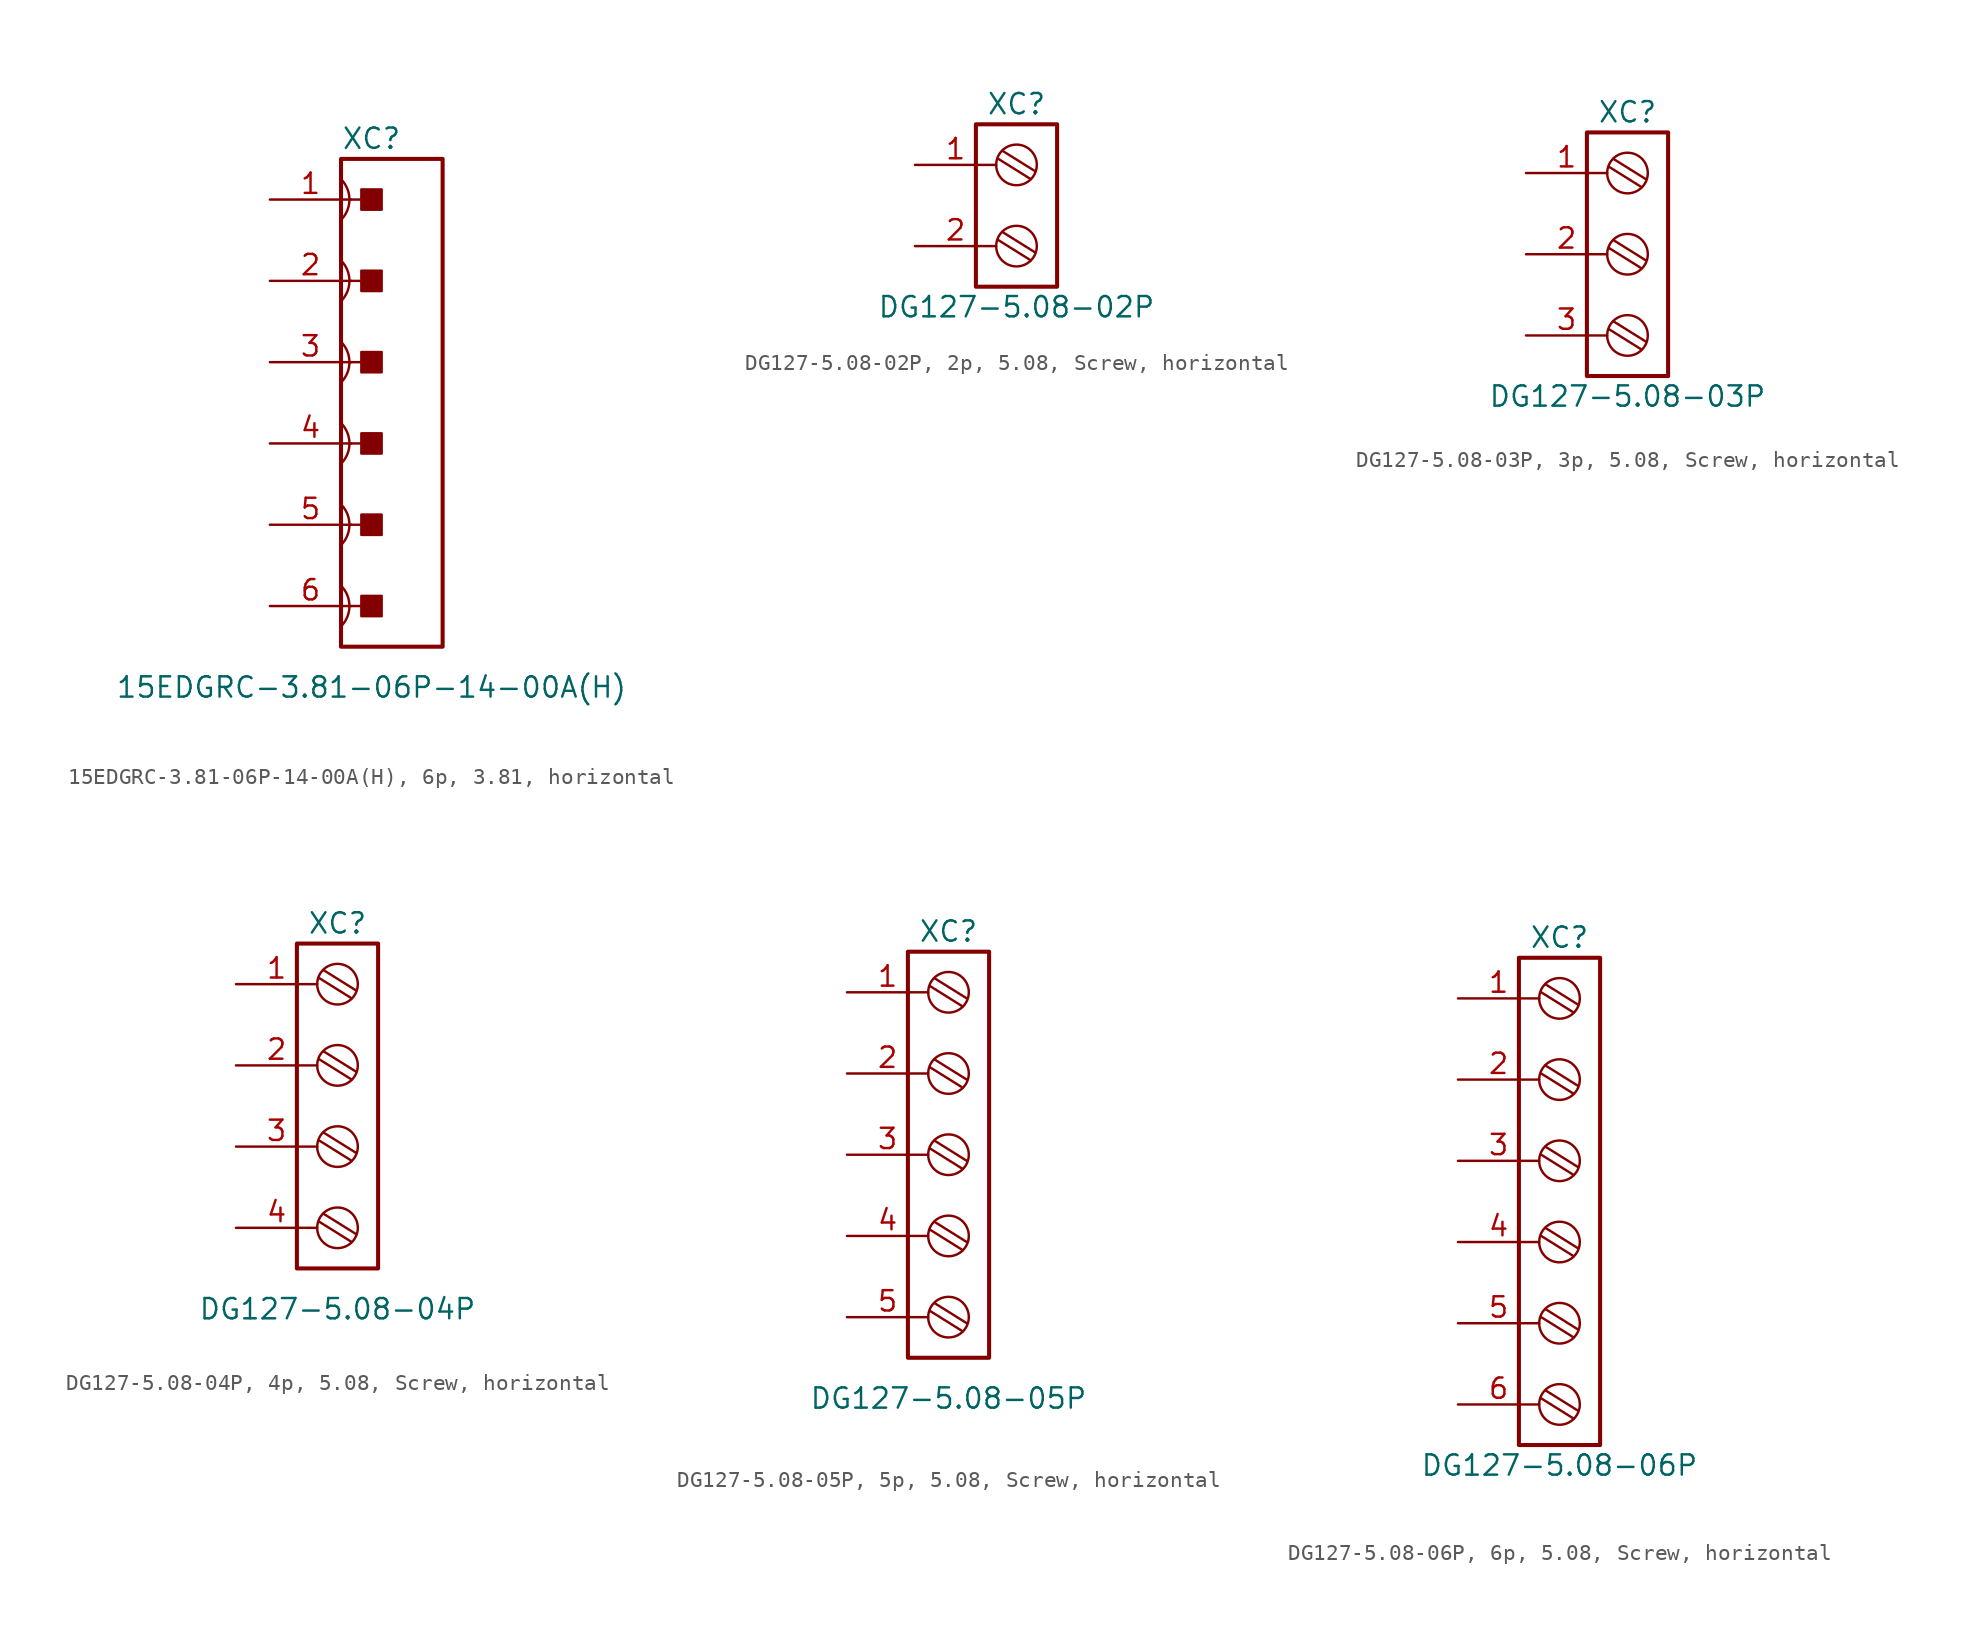
<source format=kicad_sym>
(kicad_symbol_lib
  (version 20241209)
  (generator "kicad_symbol_editor")
  (generator_version "9.0")
  (symbol "15EDGRC-3.81-06P-14-00A(H), 6p, 3.81, horizontal"
    (pin_names
      (offset 1.016)
      (hide yes))
    (property "Reference" "XC"
      (at 0 16.51 0)
      (effects (font (size 1.27 1.27))))
    (property "Value" "15EDGRC-3.81-06P-14-00A(H)"
      (at 0 -17.78 0)
      (effects (font (size 1.27 1.27))))
    (symbol "15EDGRC-3.81-06P-14-00A(H), 6p, 3.81, horizontal_1_0"
      (polyline (pts (xy -1.27 12.7) (xy 0 12.7)) (stroke (width 0) (type default)) (fill (type none)))
      (polyline (pts (xy -1.27 7.62) (xy 0 7.62)) (stroke (width 0) (type default)) (fill (type none)))
      (polyline (pts (xy -1.27 2.54) (xy 0 2.54)) (stroke (width 0) (type default)) (fill (type none)))
      (polyline (pts (xy -1.27 -2.54) (xy 0 -2.54)) (stroke (width 0) (type default)) (fill (type none)))
      (polyline (pts (xy -1.27 -7.62) (xy 0 -7.62)) (stroke (width 0) (type default)) (fill (type none)))
      (polyline (pts (xy -1.27 -12.7) (xy 0 -12.7)) (stroke (width 0) (type default)) (fill (type none))))
    (symbol "15EDGRC-3.81-06P-14-00A(H), 6p, 3.81, horizontal_1_1"
      (arc (start -1.905 13.97) (mid -1.3788 12.7) (end -1.9049 11.4299) (stroke (width 0) (type default)) (fill (type none)))
      (arc (start -1.905 8.89) (mid -1.3788 7.62) (end -1.9049 6.3499) (stroke (width 0) (type default)) (fill (type none)))
      (arc (start -1.905 3.81) (mid -1.3788 2.54) (end -1.9049 1.2699) (stroke (width 0) (type default)) (fill (type none)))
      (arc (start -1.905 -1.27) (mid -1.3788 -2.54) (end -1.9049 -3.8101) (stroke (width 0) (type default)) (fill (type none)))
      (arc (start -1.905 -6.35) (mid -1.3788 -7.62) (end -1.9049 -8.8901) (stroke (width 0) (type default)) (fill (type none)))
      (arc (start -1.905 -11.43) (mid -1.3788 -12.7) (end -1.9049 -13.9701) (stroke (width 0) (type default)) (fill (type none)))
      (rectangle (start -1.905 15.24) (end 4.445 -15.24) (stroke (width 0.254) (type default)) (fill (type none)))
      (rectangle (start -0.635 12.065) (end 0.635 13.335) (stroke (width 0) (type default)) (fill (type outline)))
      (rectangle (start -0.635 6.985) (end 0.635 8.255) (stroke (width 0) (type default)) (fill (type outline)))
      (rectangle (start -0.635 1.905) (end 0.635 3.175) (stroke (width 0) (type default)) (fill (type outline)))
      (rectangle (start -0.635 -3.175) (end 0.635 -1.905) (stroke (width 0) (type default)) (fill (type outline)))
      (rectangle (start -0.635 -8.255) (end 0.635 -6.985) (stroke (width 0) (type default)) (fill (type outline)))
      (rectangle (start -0.635 -13.335) (end 0.635 -12.065) (stroke (width 0) (type default)) (fill (type outline)))
      (pin passive line (at -6.35 12.7 0) (length 5.08) (name "1" (effects (font (size 1.27 1.27)))) (number "1" (effects (font (size 1.27 1.27)))))
      (pin passive line (at -6.35 7.62 0) (length 5.08) (name "2" (effects (font (size 1.27 1.27)))) (number "2" (effects (font (size 1.27 1.27)))))
      (pin passive line (at -6.35 2.54 0) (length 5.08) (name "3" (effects (font (size 1.27 1.27)))) (number "3" (effects (font (size 1.27 1.27)))))
      (pin passive line (at -6.35 -2.54 0) (length 5.08) (name "4" (effects (font (size 1.27 1.27)))) (number "4" (effects (font (size 1.27 1.27)))))
      (pin passive line (at -6.35 -7.62 0) (length 5.08) (name "5" (effects (font (size 1.27 1.27)))) (number "5" (effects (font (size 1.27 1.27)))))
      (pin passive line (at -6.35 -12.7 0) (length 5.08) (name "6" (effects (font (size 1.27 1.27)))) (number "6" (effects (font (size 1.27 1.27)))))))
  (symbol "DG127-5.08-02P, 2p, 5.08, Screw, horizontal"
    (pin_names
      (offset 1.016)
      (hide yes))
    (property "Reference" "XC"
      (at 0 6.35 0)
      (effects (font (size 1.27 1.27))))
    (property "Value" "DG127-5.08-02P"
      (at 0 -6.35 0)
      (effects (font (size 1.27 1.27))))
    (symbol "DG127-5.08-02P, 2p, 5.08, Screw, horizontal_0_1"
      (polyline (pts (xy -1.143 2.921) (xy 0.889 1.651)) (stroke (width 0) (type default)) (fill (type none)))
      (polyline (pts (xy -1.143 -2.159) (xy 0.889 -3.429)) (stroke (width 0) (type default)) (fill (type none)))
      (polyline (pts (xy -0.889 3.429) (xy 1.143 2.159)) (stroke (width 0) (type default)) (fill (type none)))
      (polyline (pts (xy -0.889 -1.651) (xy 1.143 -2.921)) (stroke (width 0) (type default)) (fill (type none)))
      (circle (center 0 2.54) (radius 1.27) (stroke (width 0) (type default)) (fill (type none)))
      (circle (center 0 -2.54) (radius 1.27) (stroke (width 0) (type default)) (fill (type none))))
    (symbol "DG127-5.08-02P, 2p, 5.08, Screw, horizontal_1_1"
      (rectangle (start -2.54 5.08) (end 2.54 -5.08) (stroke (width 0.254) (type default)) (fill (type none)))
      (pin passive line (at -6.35 2.54 0) (length 5.08) (name "1" (effects (font (size 1.27 1.27)))) (number "1" (effects (font (size 1.27 1.27)))))
      (pin passive line (at -6.35 -2.54 0) (length 5.08) (name "2" (effects (font (size 1.27 1.27)))) (number "2" (effects (font (size 1.27 1.27)))))))
  (symbol "DG127-5.08-03P, 3p, 5.08, Screw, horizontal"
    (pin_names
      (offset 1.016)
      (hide yes))
    (property "Reference" "XC"
      (at 0 6.35 0)
      (effects (font (size 1.27 1.27))))
    (property "Value" "DG127-5.08-03P"
      (at 0 -11.43 0)
      (effects (font (size 1.27 1.27))))
    (symbol "DG127-5.08-03P, 3p, 5.08, Screw, horizontal_0_1"
      (polyline (pts (xy -1.143 2.921) (xy 0.889 1.651)) (stroke (width 0) (type default)) (fill (type none)))
      (polyline (pts (xy -1.143 -2.159) (xy 0.889 -3.429)) (stroke (width 0) (type default)) (fill (type none)))
      (polyline (pts (xy -1.143 -7.239) (xy 0.889 -8.509)) (stroke (width 0) (type default)) (fill (type none)))
      (polyline (pts (xy -0.889 3.429) (xy 1.143 2.159)) (stroke (width 0) (type default)) (fill (type none)))
      (polyline (pts (xy -0.889 -1.651) (xy 1.143 -2.921)) (stroke (width 0) (type default)) (fill (type none)))
      (polyline (pts (xy -0.889 -6.731) (xy 1.143 -8.001)) (stroke (width 0) (type default)) (fill (type none)))
      (circle (center 0 2.54) (radius 1.27) (stroke (width 0) (type default)) (fill (type none)))
      (circle (center 0 -2.54) (radius 1.27) (stroke (width 0) (type default)) (fill (type none)))
      (circle (center 0 -7.62) (radius 1.27) (stroke (width 0) (type default)) (fill (type none))))
    (symbol "DG127-5.08-03P, 3p, 5.08, Screw, horizontal_1_1"
      (rectangle (start -2.54 5.08) (end 2.54 -10.16) (stroke (width 0.254) (type default)) (fill (type none)))
      (pin passive line (at -6.35 2.54 0) (length 5.08) (name "1" (effects (font (size 1.27 1.27)))) (number "1" (effects (font (size 1.27 1.27)))))
      (pin passive line (at -6.35 -2.54 0) (length 5.08) (name "2" (effects (font (size 1.27 1.27)))) (number "2" (effects (font (size 1.27 1.27)))))
      (pin passive line (at -6.35 -7.62 0) (length 5.08) (name "3" (effects (font (size 1.27 1.27)))) (number "3" (effects (font (size 1.27 1.27)))))))
  (symbol "DG127-5.08-04P, 4p, 5.08, Screw, horizontal"
    (pin_names
      (offset 1.016)
      (hide yes))
    (property "Reference" "XC"
      (at 0 11.43 0)
      (effects (font (size 1.27 1.27))))
    (property "Value" "DG127-5.08-04P"
      (at 0 -12.7 0)
      (effects (font (size 1.27 1.27))))
    (symbol "DG127-5.08-04P, 4p, 5.08, Screw, horizontal_0_1"
      (polyline (pts (xy -1.143 8.001) (xy 0.889 6.731)) (stroke (width 0) (type default)) (fill (type none)))
      (polyline (pts (xy -1.143 2.921) (xy 0.889 1.651)) (stroke (width 0) (type default)) (fill (type none)))
      (polyline (pts (xy -1.143 -2.159) (xy 0.889 -3.429)) (stroke (width 0) (type default)) (fill (type none)))
      (polyline (pts (xy -1.143 -7.239) (xy 0.889 -8.509)) (stroke (width 0) (type default)) (fill (type none)))
      (polyline (pts (xy -0.889 8.509) (xy 1.143 7.239)) (stroke (width 0) (type default)) (fill (type none)))
      (polyline (pts (xy -0.889 3.429) (xy 1.143 2.159)) (stroke (width 0) (type default)) (fill (type none)))
      (polyline (pts (xy -0.889 -1.651) (xy 1.143 -2.921)) (stroke (width 0) (type default)) (fill (type none)))
      (polyline (pts (xy -0.889 -6.731) (xy 1.143 -8.001)) (stroke (width 0) (type default)) (fill (type none)))
      (circle (center 0 7.62) (radius 1.27) (stroke (width 0) (type default)) (fill (type none)))
      (circle (center 0 2.54) (radius 1.27) (stroke (width 0) (type default)) (fill (type none)))
      (circle (center 0 -2.54) (radius 1.27) (stroke (width 0) (type default)) (fill (type none)))
      (circle (center 0 -7.62) (radius 1.27) (stroke (width 0) (type default)) (fill (type none))))
    (symbol "DG127-5.08-04P, 4p, 5.08, Screw, horizontal_1_1"
      (rectangle (start -2.54 10.16) (end 2.54 -10.16) (stroke (width 0.254) (type default)) (fill (type none)))
      (pin passive line (at -6.35 7.62 0) (length 5.08) (name "1" (effects (font (size 1.27 1.27)))) (number "1" (effects (font (size 1.27 1.27)))))
      (pin passive line (at -6.35 2.54 0) (length 5.08) (name "2" (effects (font (size 1.27 1.27)))) (number "2" (effects (font (size 1.27 1.27)))))
      (pin passive line (at -6.35 -2.54 0) (length 5.08) (name "3" (effects (font (size 1.27 1.27)))) (number "3" (effects (font (size 1.27 1.27)))))
      (pin passive line (at -6.35 -7.62 0) (length 5.08) (name "4" (effects (font (size 1.27 1.27)))) (number "4" (effects (font (size 1.27 1.27)))))))
  (symbol "DG127-5.08-05P, 5p, 5.08, Screw, horizontal"
    (pin_names
      (offset 1.016)
      (hide yes))
    (property "Reference" "XC"
      (at 0 13.97 0)
      (effects (font (size 1.27 1.27))))
    (property "Value" "DG127-5.08-05P"
      (at 0 -15.24 0)
      (effects (font (size 1.27 1.27))))
    (symbol "DG127-5.08-05P, 5p, 5.08, Screw, horizontal_0_1"
      (polyline (pts (xy -1.143 10.541) (xy 0.889 9.271)) (stroke (width 0) (type default)) (fill (type none)))
      (polyline (pts (xy -1.143 5.461) (xy 0.889 4.191)) (stroke (width 0) (type default)) (fill (type none)))
      (polyline (pts (xy -1.143 0.381) (xy 0.889 -0.889)) (stroke (width 0) (type default)) (fill (type none)))
      (polyline (pts (xy -1.143 -4.699) (xy 0.889 -5.969)) (stroke (width 0) (type default)) (fill (type none)))
      (polyline (pts (xy -1.143 -9.779) (xy 0.889 -11.049)) (stroke (width 0) (type default)) (fill (type none)))
      (polyline (pts (xy -0.889 11.049) (xy 1.143 9.779)) (stroke (width 0) (type default)) (fill (type none)))
      (polyline (pts (xy -0.889 5.969) (xy 1.143 4.699)) (stroke (width 0) (type default)) (fill (type none)))
      (polyline (pts (xy -0.889 0.889) (xy 1.143 -0.381)) (stroke (width 0) (type default)) (fill (type none)))
      (polyline (pts (xy -0.889 -4.191) (xy 1.143 -5.461)) (stroke (width 0) (type default)) (fill (type none)))
      (polyline (pts (xy -0.889 -9.271) (xy 1.143 -10.541)) (stroke (width 0) (type default)) (fill (type none)))
      (circle (center 0 10.16) (radius 1.27) (stroke (width 0) (type default)) (fill (type none)))
      (circle (center 0 5.08) (radius 1.27) (stroke (width 0) (type default)) (fill (type none)))
      (circle (center 0 0) (radius 1.27) (stroke (width 0) (type default)) (fill (type none)))
      (circle (center 0 -5.08) (radius 1.27) (stroke (width 0) (type default)) (fill (type none)))
      (circle (center 0 -10.16) (radius 1.27) (stroke (width 0) (type default)) (fill (type none))))
    (symbol "DG127-5.08-05P, 5p, 5.08, Screw, horizontal_1_1"
      (rectangle (start -2.54 12.7) (end 2.54 -12.7) (stroke (width 0.254) (type default)) (fill (type none)))
      (pin passive line (at -6.35 10.16 0) (length 5.08) (name "1" (effects (font (size 1.27 1.27)))) (number "1" (effects (font (size 1.27 1.27)))))
      (pin passive line (at -6.35 5.08 0) (length 5.08) (name "2" (effects (font (size 1.27 1.27)))) (number "2" (effects (font (size 1.27 1.27)))))
      (pin passive line (at -6.35 0 0) (length 5.08) (name "3" (effects (font (size 1.27 1.27)))) (number "3" (effects (font (size 1.27 1.27)))))
      (pin passive line (at -6.35 -5.08 0) (length 5.08) (name "4" (effects (font (size 1.27 1.27)))) (number "4" (effects (font (size 1.27 1.27)))))
      (pin passive line (at -6.35 -10.16 0) (length 5.08) (name "5" (effects (font (size 1.27 1.27)))) (number "5" (effects (font (size 1.27 1.27)))))))
  (symbol "DG127-5.08-06P, 6p, 5.08, Screw, horizontal"
    (pin_names
      (offset 1.016)
      (hide yes))
    (property "Reference" "XC"
      (at 0 16.51 0)
      (effects (font (size 1.27 1.27))))
    (property "Value" "DG127-5.08-06P"
      (at 0 -16.51 0)
      (effects (font (size 1.27 1.27))))
    (symbol "DG127-5.08-06P, 6p, 5.08, Screw, horizontal_0_1"
      (polyline (pts (xy -1.143 13.081) (xy 0.889 11.811)) (stroke (width 0) (type default)) (fill (type none)))
      (polyline (pts (xy -1.143 8.001) (xy 0.889 6.731)) (stroke (width 0) (type default)) (fill (type none)))
      (polyline (pts (xy -1.143 2.921) (xy 0.889 1.651)) (stroke (width 0) (type default)) (fill (type none)))
      (polyline (pts (xy -1.143 -2.159) (xy 0.889 -3.429)) (stroke (width 0) (type default)) (fill (type none)))
      (polyline (pts (xy -1.143 -7.239) (xy 0.889 -8.509)) (stroke (width 0) (type default)) (fill (type none)))
      (polyline (pts (xy -1.143 -12.319) (xy 0.889 -13.589)) (stroke (width 0) (type default)) (fill (type none)))
      (polyline (pts (xy -0.889 13.589) (xy 1.143 12.319)) (stroke (width 0) (type default)) (fill (type none)))
      (polyline (pts (xy -0.889 8.509) (xy 1.143 7.239)) (stroke (width 0) (type default)) (fill (type none)))
      (polyline (pts (xy -0.889 3.429) (xy 1.143 2.159)) (stroke (width 0) (type default)) (fill (type none)))
      (polyline (pts (xy -0.889 -1.651) (xy 1.143 -2.921)) (stroke (width 0) (type default)) (fill (type none)))
      (polyline (pts (xy -0.889 -6.731) (xy 1.143 -8.001)) (stroke (width 0) (type default)) (fill (type none)))
      (polyline (pts (xy -0.889 -11.811) (xy 1.143 -13.081)) (stroke (width 0) (type default)) (fill (type none)))
      (circle (center 0 12.7) (radius 1.27) (stroke (width 0) (type default)) (fill (type none)))
      (circle (center 0 7.62) (radius 1.27) (stroke (width 0) (type default)) (fill (type none)))
      (circle (center 0 2.54) (radius 1.27) (stroke (width 0) (type default)) (fill (type none)))
      (circle (center 0 -2.54) (radius 1.27) (stroke (width 0) (type default)) (fill (type none)))
      (circle (center 0 -7.62) (radius 1.27) (stroke (width 0) (type default)) (fill (type none)))
      (circle (center 0 -12.7) (radius 1.27) (stroke (width 0) (type default)) (fill (type none))))
    (symbol "DG127-5.08-06P, 6p, 5.08, Screw, horizontal_1_1"
      (rectangle (start -2.54 15.24) (end 2.54 -15.24) (stroke (width 0.254) (type default)) (fill (type none)))
      (pin passive line (at -6.35 12.7 0) (length 5.08) (name "1" (effects (font (size 1.27 1.27)))) (number "1" (effects (font (size 1.27 1.27)))))
      (pin passive line (at -6.35 7.62 0) (length 5.08) (name "2" (effects (font (size 1.27 1.27)))) (number "2" (effects (font (size 1.27 1.27)))))
      (pin passive line (at -6.35 2.54 0) (length 5.08) (name "3" (effects (font (size 1.27 1.27)))) (number "3" (effects (font (size 1.27 1.27)))))
      (pin passive line (at -6.35 -2.54 0) (length 5.08) (name "4" (effects (font (size 1.27 1.27)))) (number "4" (effects (font (size 1.27 1.27)))))
      (pin passive line (at -6.35 -7.62 0) (length 5.08) (name "5" (effects (font (size 1.27 1.27)))) (number "5" (effects (font (size 1.27 1.27)))))
      (pin passive line (at -6.35 -12.7 0) (length 5.08) (name "6" (effects (font (size 1.27 1.27)))) (number "6" (effects (font (size 1.27 1.27))))))))
</source>
